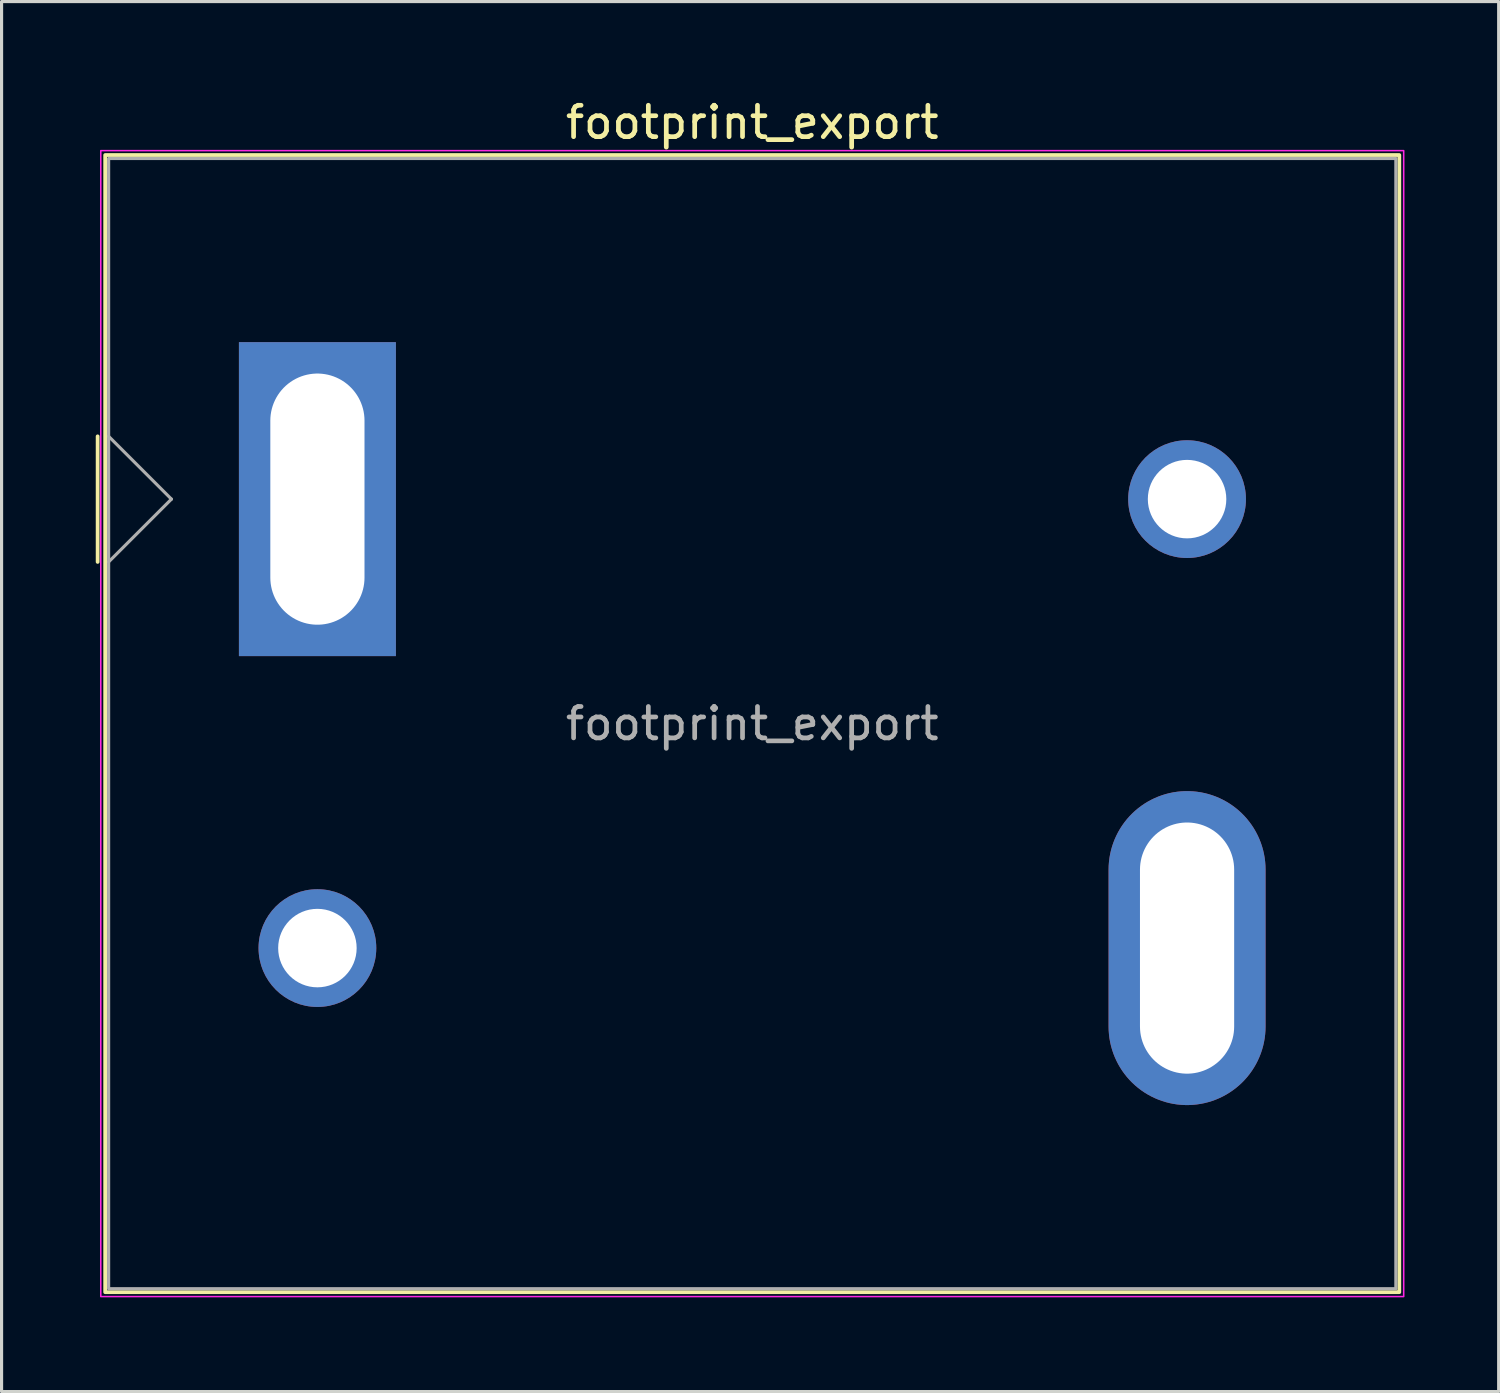
<source format=kicad_pcb>
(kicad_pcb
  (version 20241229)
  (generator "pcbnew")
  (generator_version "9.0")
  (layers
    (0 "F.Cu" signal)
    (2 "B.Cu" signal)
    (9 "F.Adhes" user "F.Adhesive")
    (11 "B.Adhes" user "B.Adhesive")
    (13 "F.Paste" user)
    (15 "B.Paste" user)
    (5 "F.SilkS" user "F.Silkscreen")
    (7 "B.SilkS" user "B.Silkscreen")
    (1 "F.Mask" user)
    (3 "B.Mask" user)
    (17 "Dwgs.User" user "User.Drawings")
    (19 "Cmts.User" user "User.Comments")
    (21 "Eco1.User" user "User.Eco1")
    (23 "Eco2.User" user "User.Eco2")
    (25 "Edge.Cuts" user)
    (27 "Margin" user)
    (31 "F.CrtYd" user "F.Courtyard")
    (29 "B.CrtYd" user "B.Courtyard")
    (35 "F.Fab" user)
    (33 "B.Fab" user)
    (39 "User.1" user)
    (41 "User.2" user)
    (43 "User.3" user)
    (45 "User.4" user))
  (footprint "footprint_export"
    (layer "F.Cu")
    (at 7.06 12.848)
    (property "Reference" "footprint_export" (at 13.85 -12 0) (unlocked yes) (layer "F.SilkS") (effects (font (size 1 1) (thickness 0.15))))
    (attr through_hole)
    (fp_line (start -7 2) (end -7 -2) (stroke (width 0.12) (type solid)) (layer "F.SilkS"))
    (fp_rect (start -6.76 -10.96) (end 34.46 25.26) (stroke (width 0.12) (type solid)) (fill no) (layer "F.SilkS"))
    (fp_rect (start -6.9 -11.1) (end 34.6 25.4) (stroke (width 0.05) (type solid)) (fill no) (layer "F.CrtYd"))
    (fp_line (start -6.65 -2) (end -4.65 0) (stroke (width 0.1) (type solid)) (layer "F.Fab"))
    (fp_line (start -4.65 0) (end -6.65 2) (stroke (width 0.1) (type solid)) (layer "F.Fab"))
    (fp_rect (start -6.65 -10.85) (end 34.35 25.15) (stroke (width 0.1) (type solid)) (fill no) (layer "F.Fab"))
    (fp_text user "${REFERENCE}" (at 13.85 7.15 0) (unlocked yes) (layer "F.Fab") (effects (font (size 1 1) (thickness 0.15))))
    (pad "" thru_hole circle (at 0 14.3) (size 3.75 3.75) (drill 2.5) (layers "*.Cu" "*.Mask"))
    (pad "" thru_hole circle (at 27.7 0) (size 3.75 3.75) (drill 2.5) (layers "*.Cu" "*.Mask"))
    (pad "1" thru_hole rect (at 0 0) (size 5 10) (drill oval 3 8) (layers "*.Cu" "*.Mask"))
    (pad "2" thru_hole oval (at 27.7 14.3) (size 5 10) (drill oval 3 8) (layers "*.Cu" "*.Mask")))
  (gr_rect
    (start -3 -3)
    (end 44.685 41.273)
    (stroke (width 0.1) (type default))
    (fill no)
    (layer "Edge.Cuts")))
</source>
